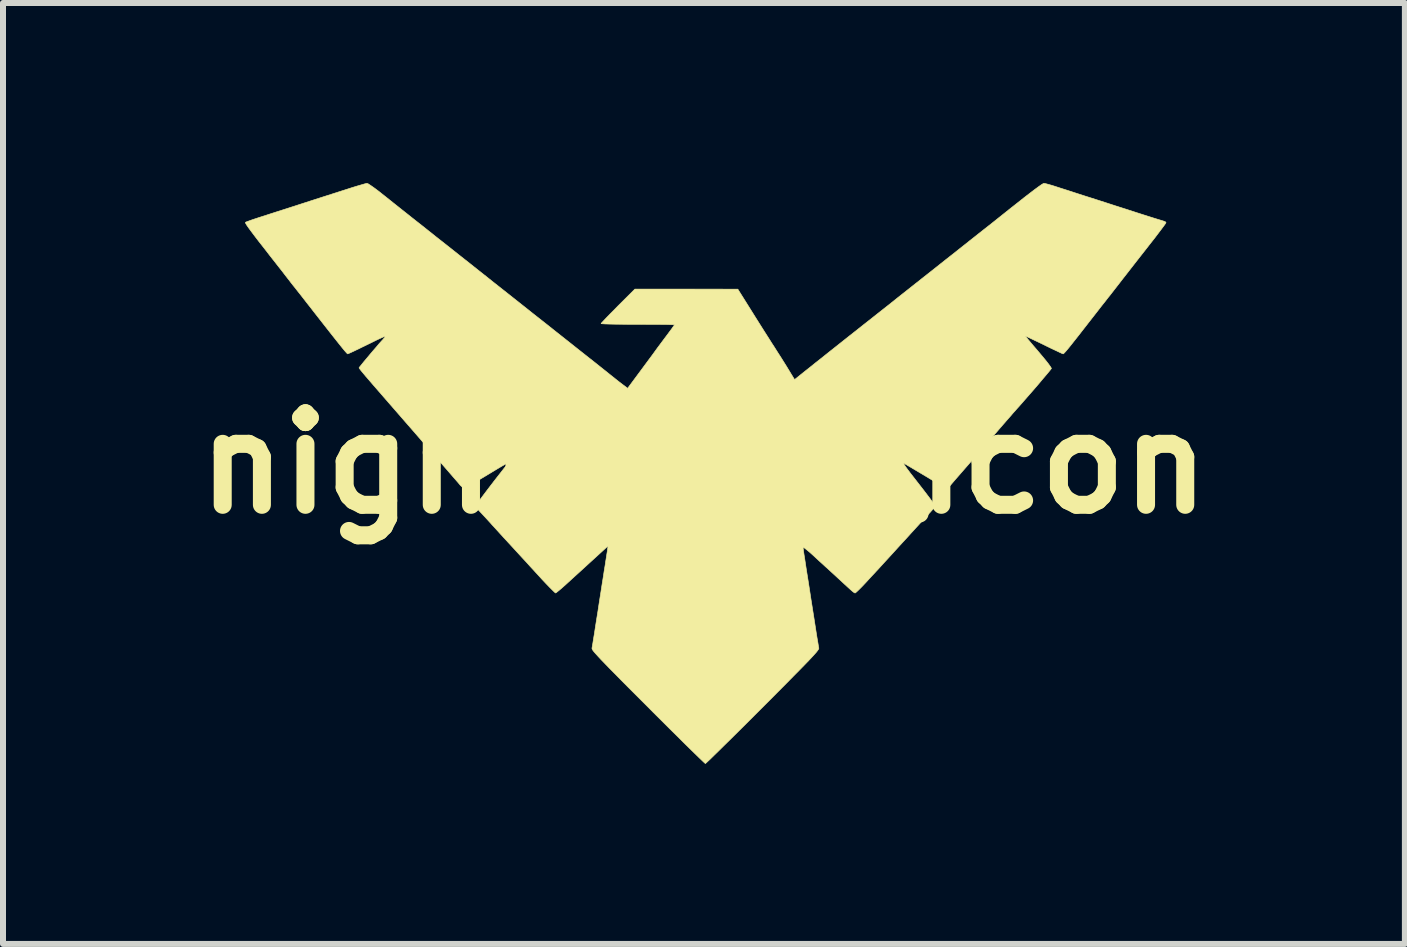
<source format=kicad_pcb>
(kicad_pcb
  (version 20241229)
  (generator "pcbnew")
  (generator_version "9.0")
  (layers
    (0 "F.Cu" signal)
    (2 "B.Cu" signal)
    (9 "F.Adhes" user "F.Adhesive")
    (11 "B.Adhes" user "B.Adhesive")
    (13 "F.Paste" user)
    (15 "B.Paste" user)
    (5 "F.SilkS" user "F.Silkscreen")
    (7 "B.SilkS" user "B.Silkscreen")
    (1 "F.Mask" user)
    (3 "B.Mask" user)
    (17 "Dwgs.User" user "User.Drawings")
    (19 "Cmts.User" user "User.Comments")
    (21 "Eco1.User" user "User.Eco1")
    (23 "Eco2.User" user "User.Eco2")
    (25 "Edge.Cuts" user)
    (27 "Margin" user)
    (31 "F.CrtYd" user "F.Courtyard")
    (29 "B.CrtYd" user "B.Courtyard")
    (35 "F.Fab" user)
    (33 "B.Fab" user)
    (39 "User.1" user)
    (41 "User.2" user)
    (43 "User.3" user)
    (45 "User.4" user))
  (footprint "nightwing_icon"
    (layer "F.Cu")
    (at 8.68 4.672)
    (property "Reference" "nightwing_icon" (at 0 0 0) (layer "F.SilkS") (effects (font (size 1.524 1.524) (thickness 0.3))))
    (attr through_hole)
    (fp_poly (pts (xy -5.593 -4.658) (xy -5.552 -4.631) (xy -5.496 -4.592) (xy -5.429 -4.542) (xy -5.377 -4.501) (xy -5.285 -4.428) (xy -5.18 -4.344) (xy -5.073 -4.259) (xy -4.976 -4.182) (xy -4.953 -4.164) (xy -4.864 -4.093) (xy -4.765 -4.015) (xy -4.667 -3.938) (xy -4.581 -3.869) (xy -4.556 -3.85) (xy -4.473 -3.783) (xy -4.376 -3.707) (xy -4.276 -3.628) (xy -4.186 -3.557) (xy -4.175 -3.548) (xy -4.092 -3.482) (xy -3.993 -3.404) (xy -3.889 -3.322) (xy -3.791 -3.244) (xy -3.747 -3.209) (xy -3.628 -3.115) (xy -3.518 -3.027) (xy -3.409 -2.941) (xy -3.295 -2.851) (xy -3.17 -2.752) (xy -3.04 -2.649) (xy -2.959 -2.585) (xy -2.859 -2.505) (xy -2.742 -2.413) (xy -2.615 -2.313) (xy -2.483 -2.208) (xy -2.349 -2.102) (xy -2.219 -1.999) (xy -2.097 -1.902) (xy -1.988 -1.816) (xy -1.897 -1.744) (xy -1.881 -1.732) (xy -1.798 -1.666) (xy -1.708 -1.594) (xy -1.621 -1.525) (xy -1.548 -1.466) (xy -1.54 -1.46) (xy -1.475 -1.408) (xy -1.413 -1.359) (xy -1.361 -1.319) (xy -1.33 -1.296) (xy -1.272 -1.252) (xy -1.045 -1.558) (xy -0.98 -1.646) (xy -0.92 -1.727) (xy -0.868 -1.797) (xy -0.828 -1.852) (xy -0.802 -1.888) (xy -0.794 -1.899) (xy -0.776 -1.924) (xy -0.743 -1.968) (xy -0.699 -2.027) (xy -0.649 -2.094) (xy -0.631 -2.118) (xy -0.582 -2.184) (xy -0.54 -2.24) (xy -0.51 -2.283) (xy -0.494 -2.307) (xy -0.492 -2.31) (xy -0.507 -2.312) (xy -0.551 -2.313) (xy -0.62 -2.315) (xy -0.71 -2.316) (xy -0.818 -2.317) (xy -0.94 -2.317) (xy -1.074 -2.318) (xy -1.103 -2.318) (xy -1.239 -2.318) (xy -1.364 -2.319) (xy -1.476 -2.32) (xy -1.57 -2.322) (xy -1.643 -2.324) (xy -1.692 -2.327) (xy -1.714 -2.329) (xy -1.714 -2.33) (xy -1.704 -2.344) (xy -1.673 -2.377) (xy -1.627 -2.426) (xy -1.566 -2.489) (xy -1.495 -2.56) (xy -1.433 -2.624) (xy -1.151 -2.905) (xy -0.294 -2.905) (xy 0.564 -2.904) (xy 0.794 -2.537) (xy 0.864 -2.425) (xy 0.937 -2.309) (xy 1.009 -2.195) (xy 1.076 -2.09) (xy 1.132 -2.001) (xy 1.163 -1.954) (xy 1.228 -1.851) (xy 1.282 -1.767) (xy 1.329 -1.692) (xy 1.374 -1.62) (xy 1.422 -1.541) (xy 1.454 -1.488) (xy 1.51 -1.397) (xy 1.648 -1.508) (xy 1.698 -1.548) (xy 1.769 -1.604) (xy 1.857 -1.675) (xy 1.96 -1.756) (xy 2.072 -1.846) (xy 2.191 -1.94) (xy 2.313 -2.037) (xy 2.434 -2.133) (xy 2.551 -2.225) (xy 2.659 -2.311) (xy 2.756 -2.387) (xy 2.794 -2.417) (xy 2.881 -2.486) (xy 2.98 -2.564) (xy 3.079 -2.642) (xy 3.159 -2.706) (xy 3.239 -2.77) (xy 3.334 -2.845) (xy 3.434 -2.924) (xy 3.527 -2.998) (xy 3.556 -3.02) (xy 3.637 -3.085) (xy 3.73 -3.158) (xy 3.829 -3.236) (xy 3.932 -3.318) (xy 4.034 -3.399) (xy 4.132 -3.476) (xy 4.222 -3.547) (xy 4.3 -3.609) (xy 4.362 -3.658) (xy 4.404 -3.691) (xy 4.413 -3.699) (xy 4.446 -3.725) (xy 4.497 -3.765) (xy 4.561 -3.816) (xy 4.631 -3.871) (xy 4.651 -3.887) (xy 4.711 -3.934) (xy 4.791 -3.997) (xy 4.885 -4.072) (xy 4.989 -4.155) (xy 5.098 -4.242) (xy 5.207 -4.328) (xy 5.234 -4.349) (xy 5.332 -4.427) (xy 5.423 -4.497) (xy 5.504 -4.559) (xy 5.572 -4.609) (xy 5.623 -4.645) (xy 5.655 -4.664) (xy 5.663 -4.667) (xy 5.69 -4.663) (xy 5.739 -4.65) (xy 5.802 -4.632) (xy 5.843 -4.619) (xy 5.938 -4.588) (xy 6.058 -4.55) (xy 6.199 -4.504) (xy 6.354 -4.454) (xy 6.521 -4.401) (xy 6.692 -4.346) (xy 6.864 -4.29) (xy 7.031 -4.237) (xy 7.188 -4.186) (xy 7.191 -4.185) (xy 7.303 -4.149) (xy 7.407 -4.116) (xy 7.499 -4.087) (xy 7.573 -4.064) (xy 7.627 -4.048) (xy 7.655 -4.039) (xy 7.656 -4.039) (xy 7.687 -4.027) (xy 7.699 -4.013) (xy 7.69 -3.997) (xy 7.663 -3.959) (xy 7.622 -3.904) (xy 7.569 -3.834) (xy 7.507 -3.752) (xy 7.442 -3.67) (xy 7.358 -3.562) (xy 7.266 -3.445) (xy 7.173 -3.326) (xy 7.085 -3.213) (xy 7.008 -3.114) (xy 6.981 -3.08) (xy 6.917 -2.997) (xy 6.857 -2.92) (xy 6.804 -2.852) (xy 6.763 -2.799) (xy 6.736 -2.766) (xy 6.733 -2.762) (xy 6.712 -2.735) (xy 6.674 -2.686) (xy 6.622 -2.621) (xy 6.561 -2.542) (xy 6.493 -2.455) (xy 6.429 -2.373) (xy 6.323 -2.237) (xy 6.235 -2.124) (xy 6.163 -2.033) (xy 6.106 -1.961) (xy 6.062 -1.907) (xy 6.029 -1.868) (xy 6.006 -1.843) (xy 5.992 -1.829) (xy 5.985 -1.826) (xy 5.967 -1.832) (xy 5.926 -1.851) (xy 5.865 -1.88) (xy 5.788 -1.916) (xy 5.7 -1.959) (xy 5.666 -1.976) (xy 5.575 -2.02) (xy 5.495 -2.058) (xy 5.43 -2.089) (xy 5.383 -2.111) (xy 5.358 -2.122) (xy 5.356 -2.123) (xy 5.365 -2.11) (xy 5.391 -2.077) (xy 5.433 -2.027) (xy 5.486 -1.964) (xy 5.549 -1.891) (xy 5.575 -1.86) (xy 5.64 -1.783) (xy 5.697 -1.714) (xy 5.743 -1.655) (xy 5.774 -1.611) (xy 5.789 -1.586) (xy 5.789 -1.583) (xy 5.777 -1.565) (xy 5.747 -1.528) (xy 5.701 -1.473) (xy 5.643 -1.405) (xy 5.577 -1.326) (xy 5.504 -1.241) (xy 5.427 -1.153) (xy 5.35 -1.065) (xy 5.276 -0.98) (xy 5.207 -0.903) (xy 5.182 -0.874) (xy 5.151 -0.84) (xy 5.105 -0.786) (xy 5.046 -0.719) (xy 4.979 -0.642) (xy 4.909 -0.561) (xy 4.898 -0.548) (xy 4.825 -0.464) (xy 4.753 -0.381) (xy 4.687 -0.305) (xy 4.631 -0.24) (xy 4.591 -0.194) (xy 4.588 -0.191) (xy 4.547 -0.144) (xy 4.49 -0.079) (xy 4.422 0.000052) (xy 4.346 0.087) (xy 4.267 0.178) (xy 4.19 0.266) (xy 4.12 0.348) (xy 4.102 0.369) (xy 4.072 0.398) (xy 4.047 0.412) (xy 4.045 0.413) (xy 4.026 0.405) (xy 3.985 0.383) (xy 3.924 0.349) (xy 3.848 0.305) (xy 3.761 0.253) (xy 3.7 0.216) (xy 3.606 0.16) (xy 3.52 0.109) (xy 3.445 0.064) (xy 3.387 0.03) (xy 3.348 0.007) (xy 3.337 0.001) (xy 3.329 0.004) (xy 3.342 0.029) (xy 3.375 0.076) (xy 3.426 0.144) (xy 3.427 0.146) (xy 3.54 0.291) (xy 3.635 0.413) (xy 3.711 0.512) (xy 3.77 0.59) (xy 3.812 0.648) (xy 3.84 0.688) (xy 3.853 0.71) (xy 3.854 0.715) (xy 3.842 0.73) (xy 3.813 0.764) (xy 3.772 0.811) (xy 3.728 0.859) (xy 3.673 0.918) (xy 3.622 0.974) (xy 3.581 1.019) (xy 3.561 1.041) (xy 3.537 1.067) (xy 3.497 1.111) (xy 3.443 1.17) (xy 3.379 1.241) (xy 3.307 1.319) (xy 3.231 1.402) (xy 3.155 1.486) (xy 3.08 1.568) (xy 3.011 1.643) (xy 2.95 1.71) (xy 2.901 1.764) (xy 2.866 1.801) (xy 2.85 1.819) (xy 2.85 1.819) (xy 2.834 1.836) (xy 2.8 1.872) (xy 2.754 1.922) (xy 2.7 1.981) (xy 2.684 1.998) (xy 2.629 2.056) (xy 2.58 2.105) (xy 2.543 2.14) (xy 2.521 2.158) (xy 2.518 2.159) (xy 2.509 2.156) (xy 2.496 2.148) (xy 2.475 2.132) (xy 2.444 2.105) (xy 2.399 2.064) (xy 2.337 2.007) (xy 2.256 1.932) (xy 2.237 1.915) (xy 2.179 1.861) (xy 2.12 1.807) (xy 2.071 1.762) (xy 2.063 1.754) (xy 2.024 1.72) (xy 1.97 1.67) (xy 1.905 1.611) (xy 1.837 1.548) (xy 1.822 1.534) (xy 1.762 1.48) (xy 1.711 1.438) (xy 1.674 1.409) (xy 1.654 1.398) (xy 1.651 1.399) (xy 1.654 1.423) (xy 1.66 1.47) (xy 1.67 1.536) (xy 1.682 1.611) (xy 1.691 1.671) (xy 1.704 1.757) (xy 1.721 1.864) (xy 1.741 1.989) (xy 1.762 2.125) (xy 1.784 2.269) (xy 1.807 2.414) (xy 1.808 2.421) (xy 1.83 2.559) (xy 1.85 2.688) (xy 1.868 2.804) (xy 1.884 2.905) (xy 1.898 2.986) (xy 1.907 3.043) (xy 1.913 3.074) (xy 1.913 3.077) (xy 1.913 3.086) (xy 1.906 3.1) (xy 1.893 3.119) (xy 1.872 3.146) (xy 1.84 3.182) (xy 1.798 3.228) (xy 1.744 3.286) (xy 1.675 3.357) (xy 1.592 3.442) (xy 1.492 3.543) (xy 1.375 3.662) (xy 1.239 3.799) (xy 1.082 3.957) (xy 0.981 4.058) (xy 0.838 4.201) (xy 0.701 4.338) (xy 0.571 4.467) (xy 0.452 4.585) (xy 0.343 4.692) (xy 0.248 4.786) (xy 0.167 4.865) (xy 0.103 4.928) (xy 0.056 4.972) (xy 0.03 4.996) (xy 0.024 5.001) (xy 0.01 4.99) (xy -0.024 4.958) (xy -0.077 4.907) (xy -0.148 4.838) (xy -0.234 4.754) (xy -0.335 4.655) (xy -0.447 4.543) (xy -0.571 4.421) (xy -0.703 4.289) (xy -0.843 4.15) (xy -0.934 4.058) (xy -1.103 3.889) (xy -1.251 3.741) (xy -1.379 3.612) (xy -1.488 3.501) (xy -1.581 3.407) (xy -1.657 3.328) (xy -1.72 3.263) (xy -1.769 3.21) (xy -1.806 3.169) (xy -1.834 3.137) (xy -1.852 3.113) (xy -1.862 3.096) (xy -1.866 3.084) (xy -1.866 3.078) (xy -1.862 3.054) (xy -1.853 3.003) (xy -1.841 2.927) (xy -1.825 2.831) (xy -1.808 2.718) (xy -1.788 2.592) (xy -1.766 2.456) (xy -1.761 2.421) (xy -1.739 2.278) (xy -1.717 2.139) (xy -1.697 2.009) (xy -1.678 1.891) (xy -1.663 1.792) (xy -1.65 1.714) (xy -1.642 1.663) (xy -1.642 1.659) (xy -1.63 1.585) (xy -1.619 1.514) (xy -1.61 1.458) (xy -1.609 1.445) (xy -1.598 1.374) (xy -1.803 1.562) (xy -1.888 1.639) (xy -1.986 1.729) (xy -2.089 1.823) (xy -2.186 1.911) (xy -2.233 1.954) (xy -2.303 2.018) (xy -2.366 2.074) (xy -2.418 2.118) (xy -2.454 2.147) (xy -2.471 2.159) (xy -2.472 2.159) (xy -2.487 2.148) (xy -2.52 2.116) (xy -2.568 2.068) (xy -2.628 2.006) (xy -2.695 1.935) (xy -2.767 1.856) (xy -2.802 1.818) (xy -2.841 1.775) (xy -2.896 1.716) (xy -2.957 1.648) (xy -3.02 1.58) (xy -3.076 1.519) (xy -3.087 1.507) (xy -3.164 1.423) (xy -3.247 1.333) (xy -3.332 1.241) (xy -3.412 1.153) (xy -3.482 1.076) (xy -3.538 1.015) (xy -3.55 1.001) (xy -3.601 0.945) (xy -3.661 0.88) (xy -3.718 0.819) (xy -3.718 0.819) (xy -3.76 0.774) (xy -3.792 0.738) (xy -3.808 0.717) (xy -3.81 0.714) (xy -3.801 0.699) (xy -3.775 0.662) (xy -3.735 0.608) (xy -3.685 0.541) (xy -3.627 0.464) (xy -3.563 0.38) (xy -3.498 0.295) (xy -3.433 0.212) (xy -3.372 0.134) (xy -3.318 0.065) (xy -3.301 0.044) (xy -3.274 0.009) (xy -3.26 -0.012) (xy -3.26 -0.016) (xy -3.275 -0.008) (xy -3.313 0.014) (xy -3.372 0.048) (xy -3.446 0.092) (xy -3.532 0.144) (xy -3.613 0.193) (xy -3.708 0.25) (xy -3.796 0.302) (xy -3.872 0.346) (xy -3.932 0.38) (xy -3.972 0.402) (xy -3.987 0.409) (xy -4.019 0.401) (xy -4.059 0.365) (xy -4.06 0.364) (xy -4.083 0.336) (xy -4.126 0.286) (xy -4.187 0.216) (xy -4.264 0.127) (xy -4.356 0.021) (xy -4.461 -0.1) (xy -4.578 -0.235) (xy -4.706 -0.382) (xy -4.842 -0.539) (xy -4.986 -0.704) (xy -5.085 -0.818) (xy -5.22 -0.973) (xy -5.335 -1.105) (xy -5.433 -1.218) (xy -5.514 -1.311) (xy -5.58 -1.388) (xy -5.633 -1.449) (xy -5.673 -1.497) (xy -5.703 -1.533) (xy -5.724 -1.559) (xy -5.737 -1.577) (xy -5.744 -1.588) (xy -5.747 -1.594) (xy -5.747 -1.594) (xy -5.737 -1.608) (xy -5.71 -1.641) (xy -5.671 -1.69) (xy -5.622 -1.748) (xy -5.568 -1.813) (xy -5.513 -1.878) (xy -5.459 -1.94) (xy -5.413 -1.995) (xy -5.376 -2.036) (xy -5.353 -2.061) (xy -5.35 -2.064) (xy -5.335 -2.082) (xy -5.32 -2.099) (xy -5.314 -2.11) (xy -5.316 -2.114) (xy -5.329 -2.112) (xy -5.357 -2.101) (xy -5.402 -2.081) (xy -5.467 -2.05) (xy -5.554 -2.007) (xy -5.667 -1.952) (xy -5.68 -1.946) (xy -5.761 -1.906) (xy -5.832 -1.872) (xy -5.888 -1.846) (xy -5.925 -1.83) (xy -5.937 -1.826) (xy -5.944 -1.83) (xy -5.959 -1.846) (xy -5.984 -1.874) (xy -6.018 -1.915) (xy -6.064 -1.972) (xy -6.123 -2.046) (xy -6.196 -2.138) (xy -6.284 -2.25) (xy -6.389 -2.384) (xy -6.512 -2.541) (xy -6.551 -2.592) (xy -6.616 -2.674) (xy -6.677 -2.753) (xy -6.731 -2.822) (xy -6.774 -2.876) (xy -6.802 -2.912) (xy -6.804 -2.915) (xy -6.847 -2.968) (xy -6.893 -3.027) (xy -6.91 -3.05) (xy -6.941 -3.089) (xy -6.985 -3.146) (xy -7.037 -3.214) (xy -7.092 -3.283) (xy -7.094 -3.286) (xy -7.219 -3.445) (xy -7.324 -3.581) (xy -7.413 -3.694) (xy -7.485 -3.788) (xy -7.542 -3.864) (xy -7.585 -3.922) (xy -7.615 -3.965) (xy -7.633 -3.994) (xy -7.641 -4.011) (xy -7.641 -4.017) (xy -7.622 -4.026) (xy -7.578 -4.042) (xy -7.517 -4.064) (xy -7.443 -4.088) (xy -7.429 -4.093) (xy -7.347 -4.119) (xy -7.236 -4.155) (xy -7.096 -4.2) (xy -6.93 -4.253) (xy -6.738 -4.315) (xy -6.522 -4.385) (xy -6.282 -4.462) (xy -6.02 -4.546) (xy -5.96 -4.565) (xy -5.864 -4.596) (xy -5.776 -4.623) (xy -5.703 -4.644) (xy -5.648 -4.66) (xy -5.618 -4.667) (xy -5.614 -4.667) (xy -5.593 -4.658)) (stroke (width 0.01) (type solid)) (fill yes) (layer "F.SilkS")))
  (gr_rect
    (start -3 -3)
    (end 20.359 12.678)
    (stroke (width 0.1) (type default))
    (fill no)
    (layer "Edge.Cuts")))
</source>
